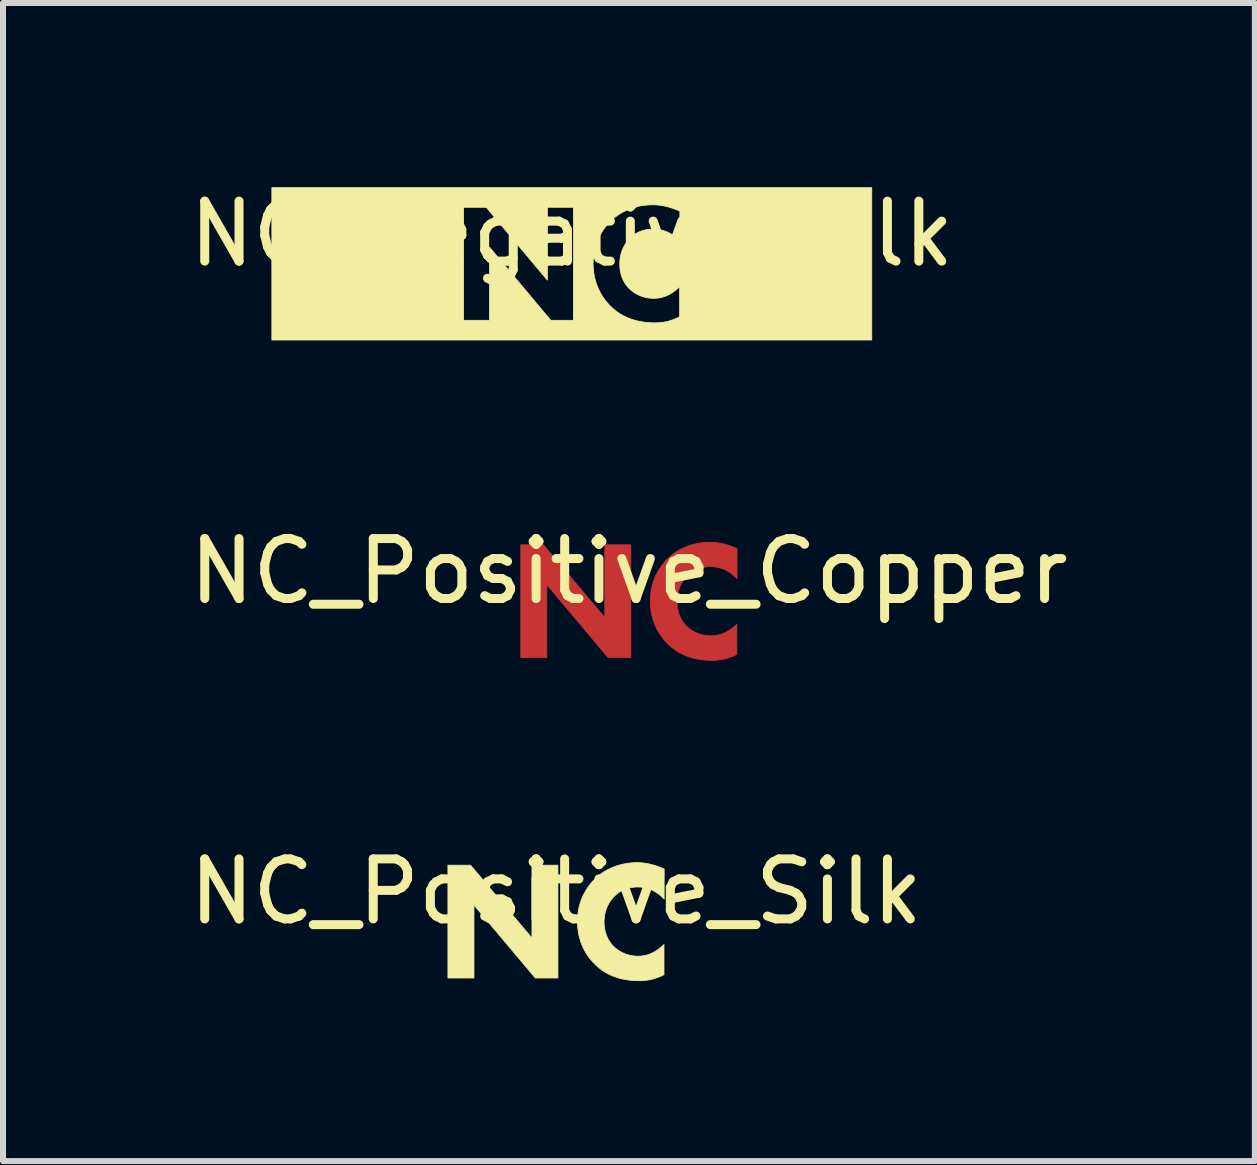
<source format=kicad_pcb>
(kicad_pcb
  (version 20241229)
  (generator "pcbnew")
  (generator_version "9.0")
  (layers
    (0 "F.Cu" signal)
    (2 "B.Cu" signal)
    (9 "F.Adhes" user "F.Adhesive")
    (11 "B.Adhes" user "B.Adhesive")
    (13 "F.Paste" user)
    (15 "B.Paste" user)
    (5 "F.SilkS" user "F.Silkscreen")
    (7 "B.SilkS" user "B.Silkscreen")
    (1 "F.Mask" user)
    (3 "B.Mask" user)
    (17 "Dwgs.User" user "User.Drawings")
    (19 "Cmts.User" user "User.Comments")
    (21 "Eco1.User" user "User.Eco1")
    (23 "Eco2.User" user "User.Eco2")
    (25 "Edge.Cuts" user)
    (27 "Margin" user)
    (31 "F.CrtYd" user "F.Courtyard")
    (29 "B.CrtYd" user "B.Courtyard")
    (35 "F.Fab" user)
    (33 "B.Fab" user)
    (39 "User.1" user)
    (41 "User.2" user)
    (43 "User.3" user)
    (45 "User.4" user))
  (footprint "NC_Positive_Copper"
    (layer "F.Cu")
    (at 7.435 6.973)
    (property "Reference" "NC_Positive_Copper" (at 0 -0.5 0) (unlocked yes) (layer "F.SilkS") (effects (font (size 1 1) (thickness 0.15))))
    (fp_poly (pts (xy -0.402 0.273) (xy -0.402 -0.941) (xy 0.031 -0.941) (xy 0.031 0.94) (xy -0.346 0.94) (xy -1.369 -0.277) (xy -1.369 0.94) (xy -1.803 0.94) (xy -1.803 -0.941) (xy -1.426 -0.941)) (stroke (width 0.013) (type solid)) (fill yes) (layer "F.Cu"))
    (fp_poly (pts (xy 1.374 -0.983) (xy 1.398 -0.982) (xy 1.423 -0.98) (xy 1.448 -0.978) (xy 1.473 -0.975) (xy 1.5 -0.971) (xy 1.527 -0.966) (xy 1.554 -0.961) (xy 1.582 -0.954) (xy 1.611 -0.946) (xy 1.641 -0.938) (xy 1.672 -0.928) (xy 1.703 -0.917) (xy 1.735 -0.905) (xy 1.768 -0.892) (xy 1.802 -0.877) (xy 1.802 -0.376) (xy 1.784 -0.395) (xy 1.764 -0.414) (xy 1.744 -0.433) (xy 1.722 -0.451) (xy 1.698 -0.468) (xy 1.674 -0.485) (xy 1.648 -0.5) (xy 1.622 -0.515) (xy 1.594 -0.529) (xy 1.564 -0.541) (xy 1.534 -0.551) (xy 1.518 -0.556) (xy 1.502 -0.56) (xy 1.485 -0.564) (xy 1.469 -0.568) (xy 1.452 -0.57) (xy 1.434 -0.573) (xy 1.416 -0.575) (xy 1.398 -0.576) (xy 1.38 -0.577) (xy 1.361 -0.577) (xy 1.332 -0.577) (xy 1.303 -0.575) (xy 1.275 -0.572) (xy 1.248 -0.568) (xy 1.222 -0.563) (xy 1.196 -0.556) (xy 1.171 -0.549) (xy 1.147 -0.54) (xy 1.123 -0.53) (xy 1.1 -0.519) (xy 1.078 -0.507) (xy 1.056 -0.494) (xy 1.035 -0.479) (xy 1.015 -0.464) (xy 0.996 -0.447) (xy 0.977 -0.429) (xy 0.957 -0.409) (xy 0.939 -0.389) (xy 0.921 -0.367) (xy 0.905 -0.343) (xy 0.889 -0.319) (xy 0.875 -0.294) (xy 0.861 -0.268) (xy 0.849 -0.241) (xy 0.838 -0.213) (xy 0.828 -0.185) (xy 0.82 -0.155) (xy 0.813 -0.125) (xy 0.808 -0.093) (xy 0.804 -0.061) (xy 0.801 -0.029) (xy 0.8 0.005) (xy 0.801 0.04) (xy 0.804 0.075) (xy 0.808 0.108) (xy 0.814 0.14) (xy 0.821 0.17) (xy 0.83 0.199) (xy 0.839 0.227) (xy 0.85 0.253) (xy 0.862 0.279) (xy 0.874 0.302) (xy 0.888 0.325) (xy 0.902 0.346) (xy 0.916 0.366) (xy 0.931 0.384) (xy 0.947 0.402) (xy 0.963 0.418) (xy 0.971 0.426) (xy 0.982 0.435) (xy 0.995 0.447) (xy 1.01 0.459) (xy 1.028 0.472) (xy 1.048 0.485) (xy 1.07 0.498) (xy 1.094 0.511) (xy 1.107 0.518) (xy 1.121 0.524) (xy 1.135 0.53) (xy 1.15 0.536) (xy 1.165 0.542) (xy 1.181 0.547) (xy 1.197 0.552) (xy 1.214 0.557) (xy 1.231 0.561) (xy 1.249 0.565) (xy 1.268 0.568) (xy 1.287 0.571) (xy 1.306 0.573) (xy 1.327 0.575) (xy 1.347 0.576) (xy 1.368 0.576) (xy 1.39 0.576) (xy 1.413 0.575) (xy 1.436 0.572) (xy 1.46 0.569) (xy 1.485 0.564) (xy 1.511 0.558) (xy 1.537 0.55) (xy 1.564 0.54) (xy 1.591 0.529) (xy 1.62 0.515) (xy 1.648 0.499) (xy 1.678 0.481) (xy 1.707 0.46) (xy 1.737 0.437) (xy 1.768 0.411) (xy 1.799 0.382) (xy 1.799 0.883) (xy 1.802 0.883) (xy 1.772 0.898) (xy 1.742 0.912) (xy 1.712 0.924) (xy 1.683 0.935) (xy 1.655 0.944) (xy 1.628 0.953) (xy 1.601 0.96) (xy 1.574 0.966) (xy 1.549 0.971) (xy 1.524 0.975) (xy 1.499 0.979) (xy 1.475 0.981) (xy 1.43 0.985) (xy 1.386 0.985) (xy 1.323 0.984) (xy 1.262 0.98) (xy 1.203 0.973) (xy 1.147 0.964) (xy 1.093 0.953) (xy 1.042 0.939) (xy 0.993 0.924) (xy 0.946 0.906) (xy 0.901 0.887) (xy 0.859 0.866) (xy 0.819 0.843) (xy 0.781 0.819) (xy 0.745 0.793) (xy 0.711 0.767) (xy 0.679 0.739) (xy 0.649 0.71) (xy 0.618 0.679) (xy 0.588 0.645) (xy 0.559 0.61) (xy 0.532 0.573) (xy 0.506 0.534) (xy 0.482 0.493) (xy 0.459 0.45) (xy 0.439 0.406) (xy 0.42 0.36) (xy 0.404 0.312) (xy 0.39 0.263) (xy 0.378 0.213) (xy 0.369 0.161) (xy 0.362 0.108) (xy 0.357 0.053) (xy 0.356 -0.002) (xy 0.357 -0.058) (xy 0.362 -0.112) (xy 0.369 -0.165) (xy 0.378 -0.216) (xy 0.39 -0.266) (xy 0.404 -0.315) (xy 0.42 -0.362) (xy 0.439 -0.407) (xy 0.459 -0.451) (xy 0.482 -0.493) (xy 0.506 -0.534) (xy 0.532 -0.573) (xy 0.559 -0.61) (xy 0.588 -0.646) (xy 0.618 -0.679) (xy 0.649 -0.711) (xy 0.681 -0.741) (xy 0.715 -0.77) (xy 0.75 -0.797) (xy 0.787 -0.822) (xy 0.826 -0.846) (xy 0.867 -0.869) (xy 0.909 -0.889) (xy 0.952 -0.908) (xy 0.997 -0.925) (xy 1.044 -0.94) (xy 1.092 -0.953) (xy 1.141 -0.963) (xy 1.192 -0.972) (xy 1.243 -0.978) (xy 1.297 -0.982) (xy 1.351 -0.983)) (stroke (width 0.013) (type solid)) (fill yes) (layer "F.Cu")))
  (footprint "NC_Negative_Silk"
    (layer "F.Cu")
    (at 6.482 1.348)
    (property "Reference" "NC_Negative_Silk" (at 0 -0.5 0) (unlocked yes) (layer "F.SilkS") (effects (font (size 1 1) (thickness 0.15))))
    (fp_poly (pts (xy 5.001 1.27) (xy -5 1.27) (xy -5 0.942) (xy -1.804 0.942) (xy -1.37 0.942) (xy -1.37 -0.275) (xy -0.35 0.942) (xy 0.027 0.942) (xy 0.027 -0.004) (xy 0.355 -0.004) (xy 0.357 0.052) (xy 0.361 0.107) (xy 0.368 0.16) (xy 0.377 0.212) (xy 0.389 0.262) (xy 0.403 0.311) (xy 0.42 0.358) (xy 0.438 0.404) (xy 0.459 0.449) (xy 0.481 0.491) (xy 0.505 0.532) (xy 0.531 0.571) (xy 0.558 0.609) (xy 0.587 0.644) (xy 0.617 0.678) (xy 0.648 0.709) (xy 0.678 0.738) (xy 0.71 0.765) (xy 0.744 0.792) (xy 0.78 0.818) (xy 0.818 0.842) (xy 0.858 0.864) (xy 0.901 0.885) (xy 0.945 0.905) (xy 0.992 0.922) (xy 1.041 0.938) (xy 1.092 0.952) (xy 1.146 0.963) (xy 1.202 0.972) (xy 1.261 0.979) (xy 1.322 0.983) (xy 1.385 0.984) (xy 1.429 0.983) (xy 1.475 0.98) (xy 1.498 0.978) (xy 1.523 0.974) (xy 1.548 0.97) (xy 1.574 0.965) (xy 1.6 0.959) (xy 1.627 0.952) (xy 1.654 0.943) (xy 1.682 0.934) (xy 1.711 0.923) (xy 1.741 0.911) (xy 1.771 0.897) (xy 1.802 0.882) (xy 1.798 0.882) (xy 1.798 0.381) (xy 1.767 0.41) (xy 1.737 0.436) (xy 1.706 0.459) (xy 1.677 0.48) (xy 1.647 0.498) (xy 1.619 0.514) (xy 1.591 0.527) (xy 1.563 0.539) (xy 1.536 0.549) (xy 1.51 0.556) (xy 1.484 0.563) (xy 1.459 0.568) (xy 1.435 0.571) (xy 1.412 0.573) (xy 1.389 0.575) (xy 1.368 0.575) (xy 1.346 0.575) (xy 1.326 0.574) (xy 1.306 0.572) (xy 1.286 0.57) (xy 1.267 0.567) (xy 1.248 0.564) (xy 1.23 0.56) (xy 1.213 0.556) (xy 1.196 0.551) (xy 1.18 0.546) (xy 1.164 0.541) (xy 1.149 0.535) (xy 1.134 0.529) (xy 1.12 0.523) (xy 1.106 0.517) (xy 1.093 0.51) (xy 1.069 0.497) (xy 1.047 0.484) (xy 1.027 0.47) (xy 1.009 0.457) (xy 0.994 0.445) (xy 0.981 0.434) (xy 0.97 0.424) (xy 0.962 0.416) (xy 0.946 0.4) (xy 0.931 0.383) (xy 0.916 0.365) (xy 0.901 0.345) (xy 0.887 0.324) (xy 0.873 0.301) (xy 0.861 0.277) (xy 0.849 0.252) (xy 0.838 0.226) (xy 0.829 0.198) (xy 0.82 0.169) (xy 0.813 0.138) (xy 0.807 0.107) (xy 0.803 0.074) (xy 0.801 0.039) (xy 0.8 0.004) (xy 0.8 -0.03) (xy 0.803 -0.063) (xy 0.807 -0.095) (xy 0.812 -0.126) (xy 0.819 -0.156) (xy 0.828 -0.186) (xy 0.837 -0.215) (xy 0.848 -0.243) (xy 0.86 -0.27) (xy 0.874 -0.296) (xy 0.888 -0.321) (xy 0.904 -0.345) (xy 0.92 -0.368) (xy 0.938 -0.39) (xy 0.957 -0.411) (xy 0.976 -0.43) (xy 0.995 -0.448) (xy 1.014 -0.465) (xy 1.035 -0.481) (xy 1.055 -0.495) (xy 1.077 -0.509) (xy 1.099 -0.521) (xy 1.122 -0.532) (xy 1.146 -0.542) (xy 1.17 -0.55) (xy 1.195 -0.558) (xy 1.221 -0.564) (xy 1.247 -0.569) (xy 1.275 -0.573) (xy 1.303 -0.576) (xy 1.331 -0.578) (xy 1.361 -0.579) (xy 1.379 -0.578) (xy 1.398 -0.577) (xy 1.416 -0.576) (xy 1.433 -0.574) (xy 1.451 -0.572) (xy 1.468 -0.569) (xy 1.485 -0.565) (xy 1.501 -0.562) (xy 1.517 -0.557) (xy 1.533 -0.553) (xy 1.563 -0.542) (xy 1.593 -0.53) (xy 1.621 -0.516) (xy 1.648 -0.502) (xy 1.673 -0.486) (xy 1.698 -0.469) (xy 1.721 -0.452) (xy 1.743 -0.434) (xy 1.764 -0.415) (xy 1.783 -0.397) (xy 1.802 -0.377) (xy 1.802 -0.878) (xy 1.768 -0.893) (xy 1.735 -0.906) (xy 1.702 -0.918) (xy 1.671 -0.929) (xy 1.64 -0.939) (xy 1.611 -0.948) (xy 1.582 -0.955) (xy 1.553 -0.962) (xy 1.526 -0.967) (xy 1.499 -0.972) (xy 1.472 -0.976) (xy 1.447 -0.979) (xy 1.422 -0.981) (xy 1.397 -0.983) (xy 1.373 -0.984) (xy 1.35 -0.984) (xy 1.296 -0.983) (xy 1.243 -0.979) (xy 1.191 -0.973) (xy 1.14 -0.965) (xy 1.091 -0.954) (xy 1.043 -0.941) (xy 0.996 -0.926) (xy 0.951 -0.909) (xy 0.908 -0.89) (xy 0.866 -0.87) (xy 0.825 -0.848) (xy 0.786 -0.824) (xy 0.749 -0.798) (xy 0.714 -0.771) (xy 0.68 -0.742) (xy 0.648 -0.713) (xy 0.617 -0.681) (xy 0.587 -0.647) (xy 0.558 -0.611) (xy 0.531 -0.574) (xy 0.505 -0.535) (xy 0.481 -0.494) (xy 0.459 -0.452) (xy 0.438 -0.408) (xy 0.42 -0.363) (xy 0.403 -0.316) (xy 0.389 -0.267) (xy 0.377 -0.218) (xy 0.368 -0.166) (xy 0.361 -0.113) (xy 0.357 -0.059) (xy 0.355 -0.004) (xy 0.027 -0.004) (xy 0.027 -0.942) (xy -0.407 -0.942) (xy -0.407 0.272) (xy -1.426 -0.942) (xy -1.804 -0.942) (xy -1.804 0.942) (xy -5 0.942) (xy -5 -1.27) (xy 5.001 -1.27)) (stroke (width 0.013) (type solid)) (fill yes) (layer "F.SilkS")))
  (footprint "NC_Positive_Silk"
    (layer "F.Cu")
    (at 6.22 12.314)
    (property "Reference" "NC_Positive_Silk" (at 0 -0.5 0) (unlocked yes) (layer "F.SilkS") (effects (font (size 1 1) (thickness 0.15))))
    (fp_poly (pts (xy -0.402 0.273) (xy -0.402 -0.941) (xy 0.031 -0.941) (xy 0.031 0.94) (xy -0.346 0.94) (xy -1.369 -0.277) (xy -1.369 0.94) (xy -1.803 0.94) (xy -1.803 -0.941) (xy -1.426 -0.941)) (stroke (width 0.013) (type solid)) (fill yes) (layer "F.SilkS"))
    (fp_poly (pts (xy 1.374 -0.983) (xy 1.398 -0.982) (xy 1.423 -0.98) (xy 1.448 -0.978) (xy 1.473 -0.975) (xy 1.5 -0.971) (xy 1.527 -0.966) (xy 1.554 -0.961) (xy 1.582 -0.954) (xy 1.611 -0.946) (xy 1.641 -0.938) (xy 1.672 -0.928) (xy 1.703 -0.917) (xy 1.735 -0.905) (xy 1.768 -0.892) (xy 1.802 -0.877) (xy 1.802 -0.376) (xy 1.784 -0.395) (xy 1.764 -0.414) (xy 1.744 -0.433) (xy 1.722 -0.451) (xy 1.698 -0.468) (xy 1.674 -0.485) (xy 1.648 -0.5) (xy 1.622 -0.515) (xy 1.594 -0.529) (xy 1.564 -0.541) (xy 1.534 -0.551) (xy 1.518 -0.556) (xy 1.502 -0.56) (xy 1.485 -0.564) (xy 1.469 -0.568) (xy 1.452 -0.57) (xy 1.434 -0.573) (xy 1.416 -0.575) (xy 1.398 -0.576) (xy 1.38 -0.577) (xy 1.361 -0.577) (xy 1.332 -0.577) (xy 1.303 -0.575) (xy 1.275 -0.572) (xy 1.248 -0.568) (xy 1.222 -0.563) (xy 1.196 -0.556) (xy 1.171 -0.549) (xy 1.147 -0.54) (xy 1.123 -0.53) (xy 1.1 -0.519) (xy 1.078 -0.507) (xy 1.056 -0.494) (xy 1.035 -0.479) (xy 1.015 -0.464) (xy 0.996 -0.447) (xy 0.977 -0.429) (xy 0.957 -0.409) (xy 0.939 -0.389) (xy 0.921 -0.367) (xy 0.905 -0.343) (xy 0.889 -0.319) (xy 0.875 -0.294) (xy 0.861 -0.268) (xy 0.849 -0.241) (xy 0.838 -0.213) (xy 0.828 -0.185) (xy 0.82 -0.155) (xy 0.813 -0.125) (xy 0.808 -0.093) (xy 0.804 -0.061) (xy 0.801 -0.029) (xy 0.8 0.005) (xy 0.801 0.04) (xy 0.804 0.075) (xy 0.808 0.108) (xy 0.814 0.14) (xy 0.821 0.17) (xy 0.83 0.199) (xy 0.839 0.227) (xy 0.85 0.253) (xy 0.862 0.279) (xy 0.874 0.302) (xy 0.888 0.325) (xy 0.902 0.346) (xy 0.916 0.366) (xy 0.931 0.384) (xy 0.947 0.402) (xy 0.963 0.418) (xy 0.971 0.426) (xy 0.982 0.435) (xy 0.995 0.447) (xy 1.01 0.459) (xy 1.028 0.472) (xy 1.048 0.485) (xy 1.07 0.498) (xy 1.094 0.511) (xy 1.107 0.518) (xy 1.121 0.524) (xy 1.135 0.53) (xy 1.15 0.536) (xy 1.165 0.542) (xy 1.181 0.547) (xy 1.197 0.552) (xy 1.214 0.557) (xy 1.231 0.561) (xy 1.249 0.565) (xy 1.268 0.568) (xy 1.287 0.571) (xy 1.306 0.573) (xy 1.327 0.575) (xy 1.347 0.576) (xy 1.368 0.576) (xy 1.39 0.576) (xy 1.413 0.575) (xy 1.436 0.572) (xy 1.46 0.569) (xy 1.485 0.564) (xy 1.511 0.558) (xy 1.537 0.55) (xy 1.564 0.54) (xy 1.591 0.529) (xy 1.62 0.515) (xy 1.648 0.499) (xy 1.678 0.481) (xy 1.707 0.46) (xy 1.737 0.437) (xy 1.768 0.411) (xy 1.799 0.382) (xy 1.799 0.883) (xy 1.802 0.883) (xy 1.772 0.898) (xy 1.742 0.912) (xy 1.712 0.924) (xy 1.683 0.935) (xy 1.655 0.944) (xy 1.628 0.953) (xy 1.601 0.96) (xy 1.574 0.966) (xy 1.549 0.971) (xy 1.524 0.975) (xy 1.499 0.979) (xy 1.475 0.981) (xy 1.43 0.985) (xy 1.386 0.985) (xy 1.323 0.984) (xy 1.262 0.98) (xy 1.203 0.973) (xy 1.147 0.964) (xy 1.093 0.953) (xy 1.042 0.939) (xy 0.993 0.924) (xy 0.946 0.906) (xy 0.901 0.887) (xy 0.859 0.866) (xy 0.819 0.843) (xy 0.781 0.819) (xy 0.745 0.793) (xy 0.711 0.767) (xy 0.679 0.739) (xy 0.649 0.71) (xy 0.618 0.679) (xy 0.588 0.645) (xy 0.559 0.61) (xy 0.532 0.573) (xy 0.506 0.534) (xy 0.482 0.493) (xy 0.459 0.45) (xy 0.439 0.406) (xy 0.42 0.36) (xy 0.404 0.312) (xy 0.39 0.263) (xy 0.378 0.213) (xy 0.369 0.161) (xy 0.362 0.108) (xy 0.357 0.053) (xy 0.356 -0.002) (xy 0.357 -0.058) (xy 0.362 -0.112) (xy 0.369 -0.165) (xy 0.378 -0.216) (xy 0.39 -0.266) (xy 0.404 -0.315) (xy 0.42 -0.362) (xy 0.439 -0.407) (xy 0.459 -0.451) (xy 0.482 -0.493) (xy 0.506 -0.534) (xy 0.532 -0.573) (xy 0.559 -0.61) (xy 0.588 -0.646) (xy 0.618 -0.679) (xy 0.649 -0.711) (xy 0.681 -0.741) (xy 0.715 -0.77) (xy 0.75 -0.797) (xy 0.787 -0.822) (xy 0.826 -0.846) (xy 0.867 -0.869) (xy 0.909 -0.889) (xy 0.952 -0.908) (xy 0.997 -0.925) (xy 1.044 -0.94) (xy 1.092 -0.953) (xy 1.141 -0.963) (xy 1.192 -0.972) (xy 1.243 -0.978) (xy 1.297 -0.982) (xy 1.351 -0.983)) (stroke (width 0.013) (type solid)) (fill yes) (layer "F.SilkS")))
  (gr_rect
    (start -3 -3)
    (end 17.869 16.306)
    (stroke (width 0.1) (type default))
    (fill no)
    (layer "Edge.Cuts")))
</source>
